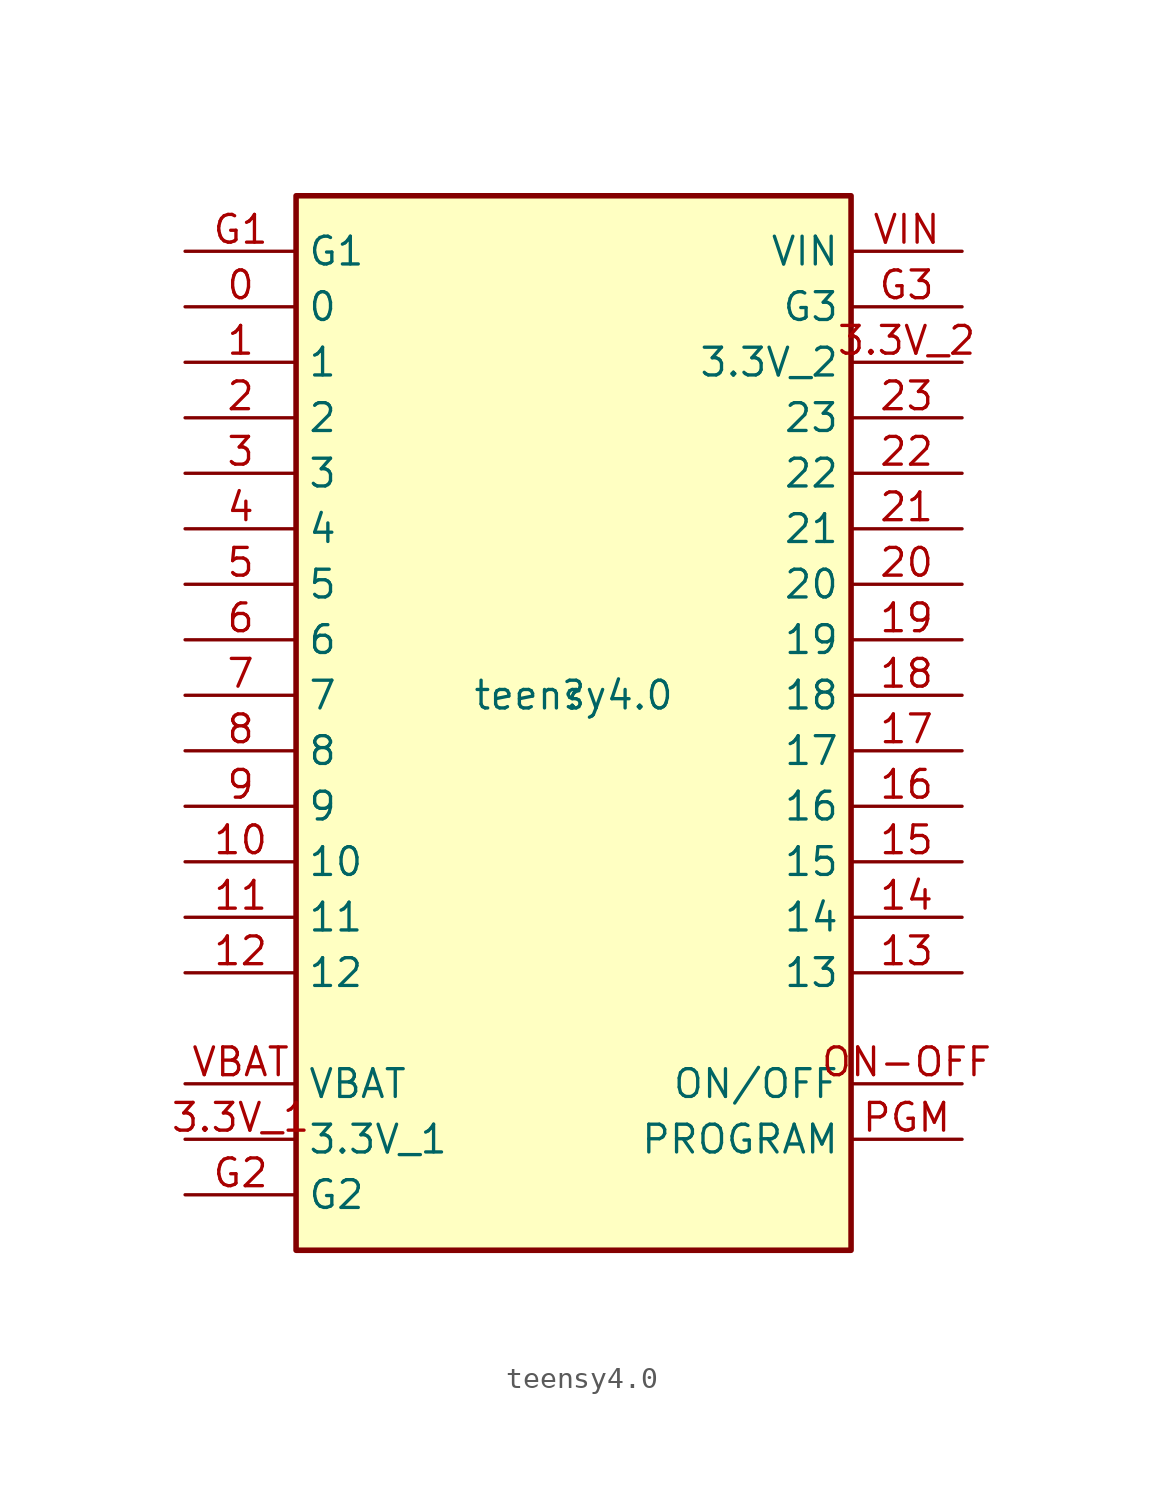
<source format=kicad_sym>
(kicad_symbol_lib
  (version 20211014)
  (generator kicad_symbol_editor)
  (symbol "teensy4.0"
    (property "Reference" ""
      (at 0 0 0)
      (effects (font (size 1.27 1.27))))
    (property "Value" "teensy4.0"
      (at 0 0 0)
      (effects (font (size 1.27 1.27))))
    (symbol "teensy4.0_1_0"
      (rectangle (start 12.7 22.86) (end -12.7 -25.4) (stroke (width 0.254) (type default) (color 0 0 0 0)) (fill (type background)))
      (pin bidirectional line (at -17.78 17.78 0) (length 5.08) (name "0" (effects (font (size 1.27 1.27)))) (number "0" (effects (font (size 1.27 1.27)))))
      (pin bidirectional line (at -17.78 15.24 0) (length 5.08) (name "1" (effects (font (size 1.27 1.27)))) (number "1" (effects (font (size 1.27 1.27)))))
      (pin bidirectional line (at -17.78 -7.62 0) (length 5.08) (name "10" (effects (font (size 1.27 1.27)))) (number "10" (effects (font (size 1.27 1.27)))))
      (pin bidirectional line (at -17.78 -10.16 0) (length 5.08) (name "11" (effects (font (size 1.27 1.27)))) (number "11" (effects (font (size 1.27 1.27)))))
      (pin bidirectional line (at -17.78 -12.7 0) (length 5.08) (name "12" (effects (font (size 1.27 1.27)))) (number "12" (effects (font (size 1.27 1.27)))))
      (pin bidirectional line (at 17.78 -12.7 180) (length 5.08) (name "13" (effects (font (size 1.27 1.27)))) (number "13" (effects (font (size 1.27 1.27)))))
      (pin bidirectional line (at 17.78 -10.16 180) (length 5.08) (name "14" (effects (font (size 1.27 1.27)))) (number "14" (effects (font (size 1.27 1.27)))))
      (pin bidirectional line (at 17.78 -7.62 180) (length 5.08) (name "15" (effects (font (size 1.27 1.27)))) (number "15" (effects (font (size 1.27 1.27)))))
      (pin bidirectional line (at 17.78 -5.08 180) (length 5.08) (name "16" (effects (font (size 1.27 1.27)))) (number "16" (effects (font (size 1.27 1.27)))))
      (pin bidirectional line (at 17.78 -2.54 180) (length 5.08) (name "17" (effects (font (size 1.27 1.27)))) (number "17" (effects (font (size 1.27 1.27)))))
      (pin bidirectional line (at 17.78 0 180) (length 5.08) (name "18" (effects (font (size 1.27 1.27)))) (number "18" (effects (font (size 1.27 1.27)))))
      (pin bidirectional line (at 17.78 2.54 180) (length 5.08) (name "19" (effects (font (size 1.27 1.27)))) (number "19" (effects (font (size 1.27 1.27)))))
      (pin bidirectional line (at -17.78 12.7 0) (length 5.08) (name "2" (effects (font (size 1.27 1.27)))) (number "2" (effects (font (size 1.27 1.27)))))
      (pin bidirectional line (at 17.78 5.08 180) (length 5.08) (name "20" (effects (font (size 1.27 1.27)))) (number "20" (effects (font (size 1.27 1.27)))))
      (pin bidirectional line (at 17.78 7.62 180) (length 5.08) (name "21" (effects (font (size 1.27 1.27)))) (number "21" (effects (font (size 1.27 1.27)))))
      (pin bidirectional line (at 17.78 10.16 180) (length 5.08) (name "22" (effects (font (size 1.27 1.27)))) (number "22" (effects (font (size 1.27 1.27)))))
      (pin bidirectional line (at 17.78 12.7 180) (length 5.08) (name "23" (effects (font (size 1.27 1.27)))) (number "23" (effects (font (size 1.27 1.27)))))
      (pin bidirectional line (at -17.78 10.16 0) (length 5.08) (name "3" (effects (font (size 1.27 1.27)))) (number "3" (effects (font (size 1.27 1.27)))))
      (pin power_in line (at -17.78 -20.32 0) (length 5.08) (name "3.3V_1" (effects (font (size 1.27 1.27)))) (number "3.3V_1" (effects (font (size 1.27 1.27)))))
      (pin power_in line (at 17.78 15.24 180) (length 5.08) (name "3.3V_2" (effects (font (size 1.27 1.27)))) (number "3.3V_2" (effects (font (size 1.27 1.27)))))
      (pin bidirectional line (at -17.78 7.62 0) (length 5.08) (name "4" (effects (font (size 1.27 1.27)))) (number "4" (effects (font (size 1.27 1.27)))))
      (pin bidirectional line (at -17.78 5.08 0) (length 5.08) (name "5" (effects (font (size 1.27 1.27)))) (number "5" (effects (font (size 1.27 1.27)))))
      (pin bidirectional line (at -17.78 2.54 0) (length 5.08) (name "6" (effects (font (size 1.27 1.27)))) (number "6" (effects (font (size 1.27 1.27)))))
      (pin bidirectional line (at -17.78 0 0) (length 5.08) (name "7" (effects (font (size 1.27 1.27)))) (number "7" (effects (font (size 1.27 1.27)))))
      (pin bidirectional line (at -17.78 -2.54 0) (length 5.08) (name "8" (effects (font (size 1.27 1.27)))) (number "8" (effects (font (size 1.27 1.27)))))
      (pin bidirectional line (at -17.78 -5.08 0) (length 5.08) (name "9" (effects (font (size 1.27 1.27)))) (number "9" (effects (font (size 1.27 1.27)))))
      (pin power_in line (at -17.78 20.32 0) (length 5.08) (name "G1" (effects (font (size 1.27 1.27)))) (number "G1" (effects (font (size 1.27 1.27)))))
      (pin power_in line (at -17.78 -22.86 0) (length 5.08) (name "G2" (effects (font (size 1.27 1.27)))) (number "G2" (effects (font (size 1.27 1.27)))))
      (pin power_in line (at 17.78 17.78 180) (length 5.08) (name "G3" (effects (font (size 1.27 1.27)))) (number "G3" (effects (font (size 1.27 1.27)))))
      (pin bidirectional line (at 17.78 -17.78 180) (length 5.08) (name "ON/OFF" (effects (font (size 1.27 1.27)))) (number "ON-OFF" (effects (font (size 1.27 1.27)))))
      (pin bidirectional line (at 17.78 -20.32 180) (length 5.08) (name "PROGRAM" (effects (font (size 1.27 1.27)))) (number "PGM" (effects (font (size 1.27 1.27)))))
      (pin power_in line (at -17.78 -17.78 0) (length 5.08) (name "VBAT" (effects (font (size 1.27 1.27)))) (number "VBAT" (effects (font (size 1.27 1.27)))))
      (pin power_in line (at 17.78 20.32 180) (length 5.08) (name "VIN" (effects (font (size 1.27 1.27)))) (number "VIN" (effects (font (size 1.27 1.27))))))))
</source>
